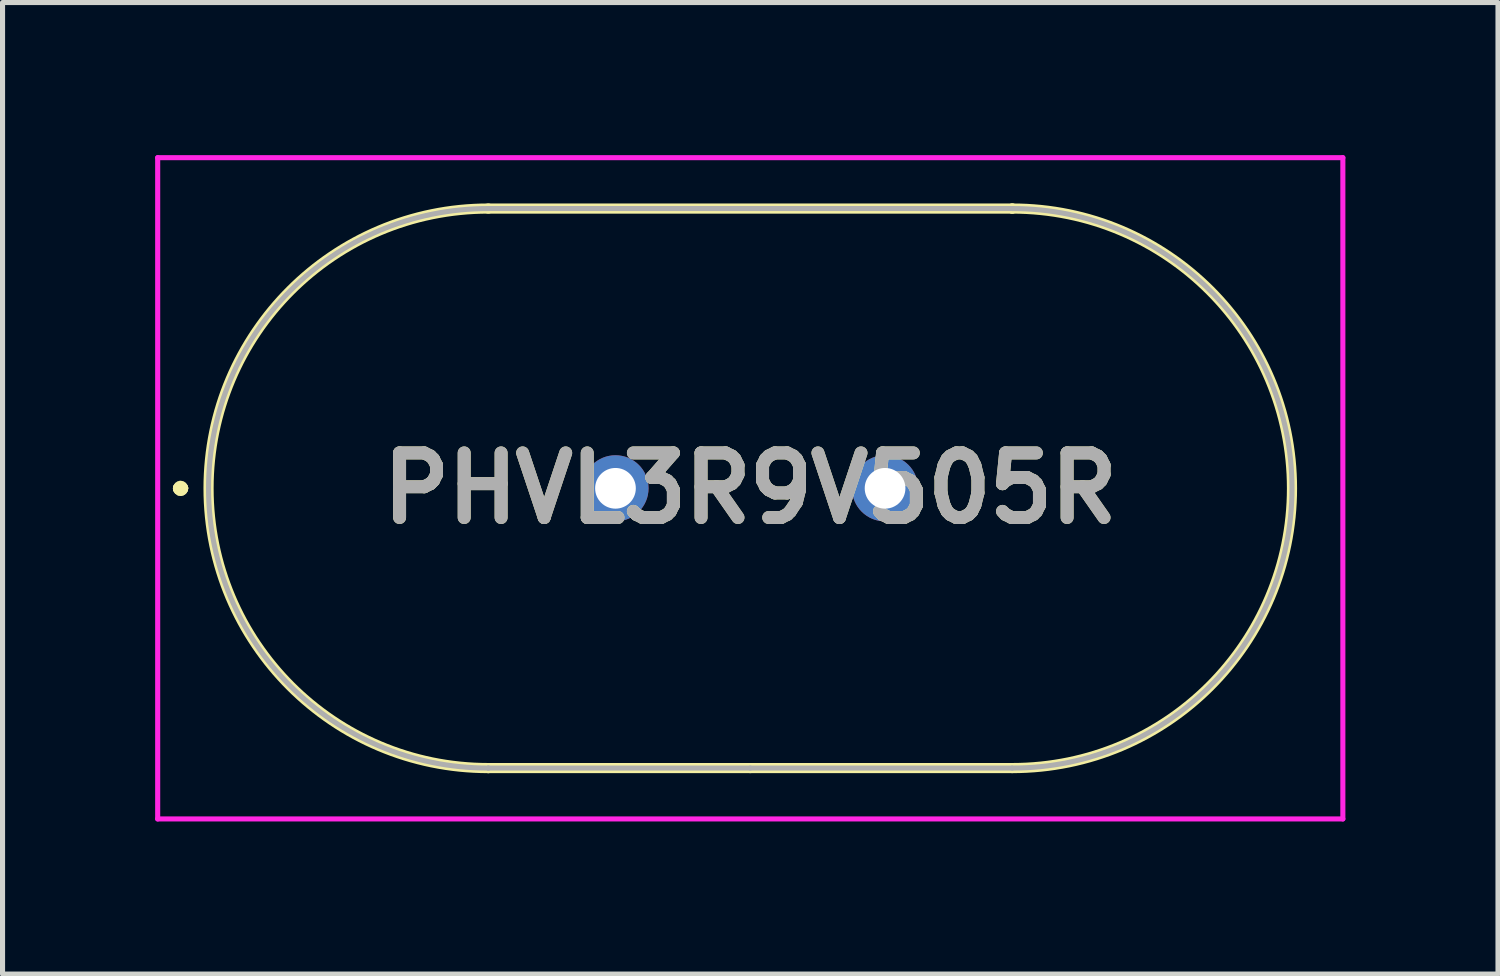
<source format=kicad_pcb>
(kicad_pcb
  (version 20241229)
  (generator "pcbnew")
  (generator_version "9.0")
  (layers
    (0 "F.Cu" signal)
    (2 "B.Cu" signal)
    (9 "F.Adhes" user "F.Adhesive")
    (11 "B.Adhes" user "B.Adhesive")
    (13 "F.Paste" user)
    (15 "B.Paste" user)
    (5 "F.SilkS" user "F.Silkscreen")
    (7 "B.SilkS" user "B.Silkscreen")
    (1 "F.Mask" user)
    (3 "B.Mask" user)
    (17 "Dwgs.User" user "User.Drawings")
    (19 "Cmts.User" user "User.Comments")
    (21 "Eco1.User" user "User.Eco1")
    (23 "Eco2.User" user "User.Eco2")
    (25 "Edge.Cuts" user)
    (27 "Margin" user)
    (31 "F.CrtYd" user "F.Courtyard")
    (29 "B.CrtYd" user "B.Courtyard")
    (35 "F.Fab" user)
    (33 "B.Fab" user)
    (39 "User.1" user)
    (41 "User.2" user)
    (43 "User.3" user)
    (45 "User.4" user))
  (footprint "PHVL3R9V505R"
    (layer "F.Cu")
    (at 9.05 6.55)
    (property "Reference" "PHVL3R9V505R" (at 2.65 0 0) (layer "F.SilkS") (effects (font (size 1.27 1.27) (thickness 0.254))))
    (attr through_hole)
    (fp_line (start -8.6 0) (end -8.6 0) (stroke (width 0.2) (type solid)) (layer "F.SilkS"))
    (fp_line (start -8.6 0) (end -8.6 0) (stroke (width 0.2) (type solid)) (layer "F.SilkS"))
    (fp_line (start -8.5 0) (end -8.5 0) (stroke (width 0.2) (type solid)) (layer "F.SilkS"))
    (fp_line (start -2.5 -5.5) (end 7.8 -5.5) (stroke (width 0.2) (type solid)) (layer "F.SilkS"))
    (fp_line (start -2.5 5.5) (end -2.5 5.5) (stroke (width 0.2) (type solid)) (layer "F.SilkS"))
    (fp_line (start 2.65 5.5) (end -2.5 5.5) (stroke (width 0.2) (type solid)) (layer "F.SilkS"))
    (fp_line (start 7.8 -5.5) (end 7.8 -5.5) (stroke (width 0.2) (type solid)) (layer "F.SilkS"))
    (fp_line (start 7.8 5.5) (end 2.65 5.5) (stroke (width 0.2) (type solid)) (layer "F.SilkS"))
    (fp_arc (start -8.6 0) (mid -8.55 -0.05) (end -8.5 0) (stroke (width 0.2) (type solid)) (layer "F.SilkS"))
    (fp_arc (start -8.5 0) (mid -8.55 0.05) (end -8.6 0) (stroke (width 0.2) (type solid)) (layer "F.SilkS"))
    (fp_arc (start -8.5 0) (mid -8.55 0.05) (end -8.6 0) (stroke (width 0.2) (type solid)) (layer "F.SilkS"))
    (fp_arc (start -2.5 5.5) (mid -8 0) (end -2.5 -5.5) (stroke (width 0.2) (type solid)) (layer "F.SilkS"))
    (fp_arc (start 7.8 -5.5) (mid 13.3 0) (end 7.8 5.5) (stroke (width 0.2) (type solid)) (layer "F.SilkS"))
    (fp_line (start -9 -6.5) (end 14.3 -6.5) (stroke (width 0.1) (type solid)) (layer "F.CrtYd"))
    (fp_line (start -9 6.5) (end -9 -6.5) (stroke (width 0.1) (type solid)) (layer "F.CrtYd"))
    (fp_line (start 14.3 -6.5) (end 14.3 6.5) (stroke (width 0.1) (type solid)) (layer "F.CrtYd"))
    (fp_line (start 14.3 6.5) (end -9 6.5) (stroke (width 0.1) (type solid)) (layer "F.CrtYd"))
    (fp_line (start -2.5 -5.5) (end 7.8 -5.5) (stroke (width 0.1) (type solid)) (layer "F.Fab"))
    (fp_line (start -2.5 5.5) (end -2.5 5.5) (stroke (width 0.1) (type solid)) (layer "F.Fab"))
    (fp_line (start 2.65 5.5) (end -2.5 5.5) (stroke (width 0.1) (type solid)) (layer "F.Fab"))
    (fp_line (start 7.8 -5.5) (end 7.8 -5.5) (stroke (width 0.1) (type solid)) (layer "F.Fab"))
    (fp_line (start 7.8 5.5) (end 2.65 5.5) (stroke (width 0.1) (type solid)) (layer "F.Fab"))
    (fp_arc (start -2.5 5.5) (mid -8 0) (end -2.5 -5.5) (stroke (width 0.1) (type solid)) (layer "F.Fab"))
    (fp_arc (start 7.8 -5.5) (mid 13.3 0) (end 7.8 5.5) (stroke (width 0.1) (type solid)) (layer "F.Fab"))
    (fp_text user "${REFERENCE}" (at 2.65 0 0) (layer "F.Fab") (effects (font (size 1.27 1.27) (thickness 0.254))))
    (pad "1" thru_hole circle (at 0 0) (size 1.3 1.3) (drill 0.8) (layers "*.Cu" "*.Mask"))
    (pad "2" thru_hole circle (at 5.3 0) (size 1.3 1.3) (drill 0.8) (layers "*.Cu" "*.Mask")))
  (gr_rect
    (start -3 -3)
    (end 26.4 16.1)
    (stroke (width 0.1) (type default))
    (fill no)
    (layer "Edge.Cuts")))
</source>
